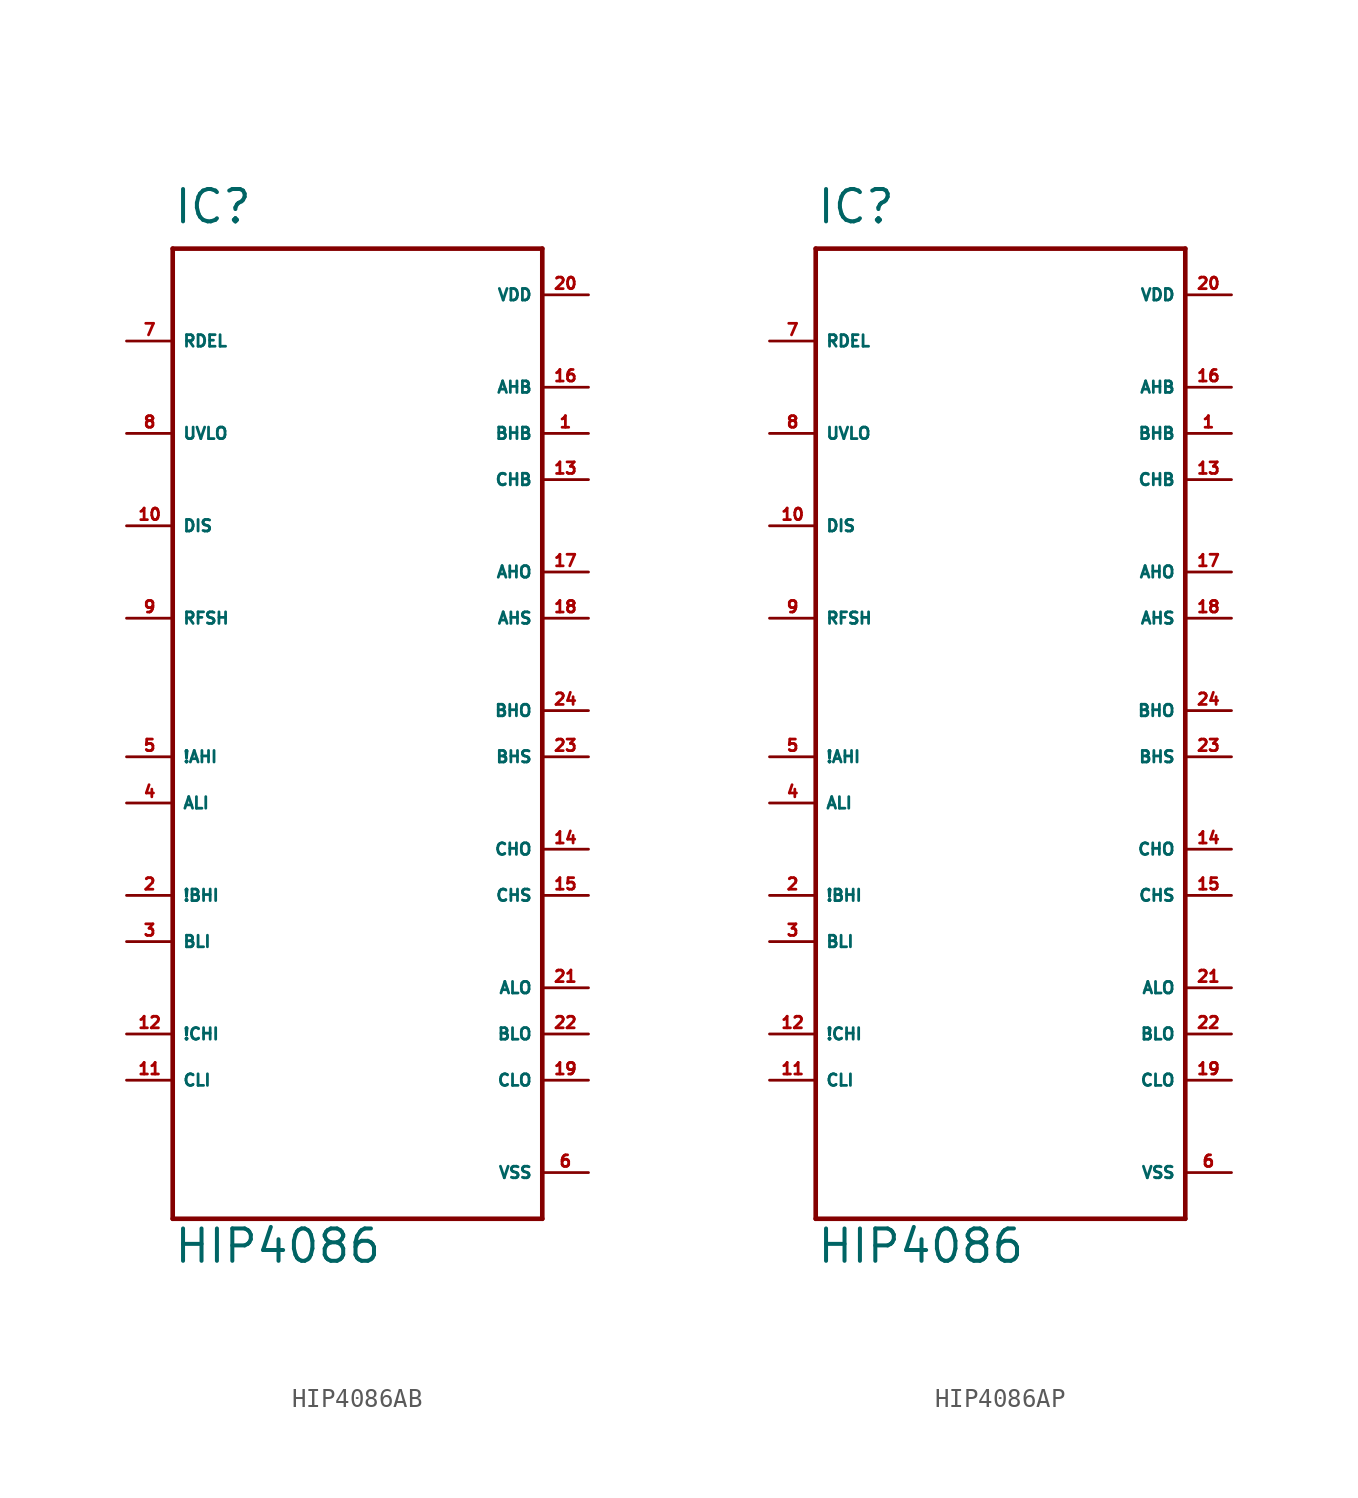
<source format=kicad_sym>
(kicad_symbol_lib
  (version 20220914)
  (generator Eagle2Kicad)
  (symbol "HIP4086AB"
    (property "Reference" "IC"
      (at -10.16 26.67 0)
      (effects (font (size 1.778 1.778) (thickness 0.22)) (justify left bottom)))
    (property "Value" "HIP4086"
      (at -10.16 -30.48 0)
      (effects (font (size 1.778 1.778) (thickness 0.22)) (justify left bottom)))
    (polyline
      (pts (xy -10.16 25.4) (xy 10.16 25.4))
      (stroke (width 0.254) (type default))
      (fill (type none)))
    (polyline
      (pts (xy 10.16 25.4) (xy 10.16 -27.94))
      (stroke (width 0.254) (type default))
      (fill (type none)))
    (polyline
      (pts (xy 10.16 -27.94) (xy -10.16 -27.94))
      (stroke (width 0.254) (type default))
      (fill (type none)))
    (polyline
      (pts (xy -10.16 -27.94) (xy -10.16 25.4))
      (stroke (width 0.254) (type default))
      (fill (type none)))
    (pin input line
      (at -12.7 -2.54 0)
      (length 2.54)
      (name "!AHI" (effects (font (size 0.635 0.635) (thickness 0.08)) (justify left bottom)))
      (number "5" (effects (font (size 0.635 0.635) (thickness 0.08)) (justify left bottom))))
    (pin input line
      (at -12.7 10.16 0)
      (length 2.54)
      (name "DIS" (effects (font (size 0.635 0.635) (thickness 0.08)) (justify left bottom)))
      (number "10" (effects (font (size 0.635 0.635) (thickness 0.08)) (justify left bottom))))
    (pin unspecified line
      (at 12.7 22.86 180)
      (length 2.54)
      (name "VDD" (effects (font (size 0.635 0.635) (thickness 0.08)) (justify left bottom)))
      (number "20" (effects (font (size 0.635 0.635) (thickness 0.08)) (justify left bottom))))
    (pin input line
      (at -12.7 15.24 0)
      (length 2.54)
      (name "UVLO" (effects (font (size 0.635 0.635) (thickness 0.08)) (justify left bottom)))
      (number "8" (effects (font (size 0.635 0.635) (thickness 0.08)) (justify left bottom))))
    (pin input line
      (at -12.7 5.08 0)
      (length 2.54)
      (name "RFSH" (effects (font (size 0.635 0.635) (thickness 0.08)) (justify left bottom)))
      (number "9" (effects (font (size 0.635 0.635) (thickness 0.08)) (justify left bottom))))
    (pin input line
      (at -12.7 -5.08 0)
      (length 2.54)
      (name "ALI" (effects (font (size 0.635 0.635) (thickness 0.08)) (justify left bottom)))
      (number "4" (effects (font (size 0.635 0.635) (thickness 0.08)) (justify left bottom))))
    (pin input line
      (at -12.7 20.32 0)
      (length 2.54)
      (name "RDEL" (effects (font (size 0.635 0.635) (thickness 0.08)) (justify left bottom)))
      (number "7" (effects (font (size 0.635 0.635) (thickness 0.08)) (justify left bottom))))
    (pin unspecified line
      (at 12.7 -25.4 180)
      (length 2.54)
      (name "VSS" (effects (font (size 0.635 0.635) (thickness 0.08)) (justify left bottom)))
      (number "6" (effects (font (size 0.635 0.635) (thickness 0.08)) (justify left bottom))))
    (pin passive line
      (at 12.7 17.78 180)
      (length 2.54)
      (name "AHB" (effects (font (size 0.635 0.635) (thickness 0.08)) (justify left bottom)))
      (number "16" (effects (font (size 0.635 0.635) (thickness 0.08)) (justify left bottom))))
    (pin output line
      (at 12.7 7.62 180)
      (length 2.54)
      (name "AHO" (effects (font (size 0.635 0.635) (thickness 0.08)) (justify left bottom)))
      (number "17" (effects (font (size 0.635 0.635) (thickness 0.08)) (justify left bottom))))
    (pin input line
      (at 12.7 5.08 180)
      (length 2.54)
      (name "AHS" (effects (font (size 0.635 0.635) (thickness 0.08)) (justify left bottom)))
      (number "18" (effects (font (size 0.635 0.635) (thickness 0.08)) (justify left bottom))))
    (pin output line
      (at 12.7 -15.24 180)
      (length 2.54)
      (name "ALO" (effects (font (size 0.635 0.635) (thickness 0.08)) (justify left bottom)))
      (number "21" (effects (font (size 0.635 0.635) (thickness 0.08)) (justify left bottom))))
    (pin output line
      (at 12.7 -17.78 180)
      (length 2.54)
      (name "BLO" (effects (font (size 0.635 0.635) (thickness 0.08)) (justify left bottom)))
      (number "22" (effects (font (size 0.635 0.635) (thickness 0.08)) (justify left bottom))))
    (pin output line
      (at 12.7 -20.32 180)
      (length 2.54)
      (name "CLO" (effects (font (size 0.635 0.635) (thickness 0.08)) (justify left bottom)))
      (number "19" (effects (font (size 0.635 0.635) (thickness 0.08)) (justify left bottom))))
    (pin output line
      (at 12.7 0 180)
      (length 2.54)
      (name "BHO" (effects (font (size 0.635 0.635) (thickness 0.08)) (justify left bottom)))
      (number "24" (effects (font (size 0.635 0.635) (thickness 0.08)) (justify left bottom))))
    (pin output line
      (at 12.7 -7.62 180)
      (length 2.54)
      (name "CHO" (effects (font (size 0.635 0.635) (thickness 0.08)) (justify left bottom)))
      (number "14" (effects (font (size 0.635 0.635) (thickness 0.08)) (justify left bottom))))
    (pin input line
      (at -12.7 -10.16 0)
      (length 2.54)
      (name "!BHI" (effects (font (size 0.635 0.635) (thickness 0.08)) (justify left bottom)))
      (number "2" (effects (font (size 0.635 0.635) (thickness 0.08)) (justify left bottom))))
    (pin input line
      (at -12.7 -12.7 0)
      (length 2.54)
      (name "BLI" (effects (font (size 0.635 0.635) (thickness 0.08)) (justify left bottom)))
      (number "3" (effects (font (size 0.635 0.635) (thickness 0.08)) (justify left bottom))))
    (pin input line
      (at -12.7 -17.78 0)
      (length 2.54)
      (name "!CHI" (effects (font (size 0.635 0.635) (thickness 0.08)) (justify left bottom)))
      (number "12" (effects (font (size 0.635 0.635) (thickness 0.08)) (justify left bottom))))
    (pin input line
      (at -12.7 -20.32 0)
      (length 2.54)
      (name "CLI" (effects (font (size 0.635 0.635) (thickness 0.08)) (justify left bottom)))
      (number "11" (effects (font (size 0.635 0.635) (thickness 0.08)) (justify left bottom))))
    (pin passive line
      (at 12.7 15.24 180)
      (length 2.54)
      (name "BHB" (effects (font (size 0.635 0.635) (thickness 0.08)) (justify left bottom)))
      (number "1" (effects (font (size 0.635 0.635) (thickness 0.08)) (justify left bottom))))
    (pin passive line
      (at 12.7 12.7 180)
      (length 2.54)
      (name "CHB" (effects (font (size 0.635 0.635) (thickness 0.08)) (justify left bottom)))
      (number "13" (effects (font (size 0.635 0.635) (thickness 0.08)) (justify left bottom))))
    (pin input line
      (at 12.7 -2.54 180)
      (length 2.54)
      (name "BHS" (effects (font (size 0.635 0.635) (thickness 0.08)) (justify left bottom)))
      (number "23" (effects (font (size 0.635 0.635) (thickness 0.08)) (justify left bottom))))
    (pin input line
      (at 12.7 -10.16 180)
      (length 2.54)
      (name "CHS" (effects (font (size 0.635 0.635) (thickness 0.08)) (justify left bottom)))
      (number "15" (effects (font (size 0.635 0.635) (thickness 0.08)) (justify left bottom)))))
  (symbol "HIP4086AP"
    (property "Reference" "IC"
      (at -10.16 26.67 0)
      (effects (font (size 1.778 1.778) (thickness 0.22)) (justify left bottom)))
    (property "Value" "HIP4086"
      (at -10.16 -30.48 0)
      (effects (font (size 1.778 1.778) (thickness 0.22)) (justify left bottom)))
    (polyline
      (pts (xy -10.16 25.4) (xy 10.16 25.4))
      (stroke (width 0.254) (type default))
      (fill (type none)))
    (polyline
      (pts (xy 10.16 25.4) (xy 10.16 -27.94))
      (stroke (width 0.254) (type default))
      (fill (type none)))
    (polyline
      (pts (xy 10.16 -27.94) (xy -10.16 -27.94))
      (stroke (width 0.254) (type default))
      (fill (type none)))
    (polyline
      (pts (xy -10.16 -27.94) (xy -10.16 25.4))
      (stroke (width 0.254) (type default))
      (fill (type none)))
    (pin input line
      (at -12.7 -2.54 0)
      (length 2.54)
      (name "!AHI" (effects (font (size 0.635 0.635) (thickness 0.08)) (justify left bottom)))
      (number "5" (effects (font (size 0.635 0.635) (thickness 0.08)) (justify left bottom))))
    (pin input line
      (at -12.7 10.16 0)
      (length 2.54)
      (name "DIS" (effects (font (size 0.635 0.635) (thickness 0.08)) (justify left bottom)))
      (number "10" (effects (font (size 0.635 0.635) (thickness 0.08)) (justify left bottom))))
    (pin unspecified line
      (at 12.7 22.86 180)
      (length 2.54)
      (name "VDD" (effects (font (size 0.635 0.635) (thickness 0.08)) (justify left bottom)))
      (number "20" (effects (font (size 0.635 0.635) (thickness 0.08)) (justify left bottom))))
    (pin input line
      (at -12.7 15.24 0)
      (length 2.54)
      (name "UVLO" (effects (font (size 0.635 0.635) (thickness 0.08)) (justify left bottom)))
      (number "8" (effects (font (size 0.635 0.635) (thickness 0.08)) (justify left bottom))))
    (pin input line
      (at -12.7 5.08 0)
      (length 2.54)
      (name "RFSH" (effects (font (size 0.635 0.635) (thickness 0.08)) (justify left bottom)))
      (number "9" (effects (font (size 0.635 0.635) (thickness 0.08)) (justify left bottom))))
    (pin input line
      (at -12.7 -5.08 0)
      (length 2.54)
      (name "ALI" (effects (font (size 0.635 0.635) (thickness 0.08)) (justify left bottom)))
      (number "4" (effects (font (size 0.635 0.635) (thickness 0.08)) (justify left bottom))))
    (pin input line
      (at -12.7 20.32 0)
      (length 2.54)
      (name "RDEL" (effects (font (size 0.635 0.635) (thickness 0.08)) (justify left bottom)))
      (number "7" (effects (font (size 0.635 0.635) (thickness 0.08)) (justify left bottom))))
    (pin unspecified line
      (at 12.7 -25.4 180)
      (length 2.54)
      (name "VSS" (effects (font (size 0.635 0.635) (thickness 0.08)) (justify left bottom)))
      (number "6" (effects (font (size 0.635 0.635) (thickness 0.08)) (justify left bottom))))
    (pin passive line
      (at 12.7 17.78 180)
      (length 2.54)
      (name "AHB" (effects (font (size 0.635 0.635) (thickness 0.08)) (justify left bottom)))
      (number "16" (effects (font (size 0.635 0.635) (thickness 0.08)) (justify left bottom))))
    (pin output line
      (at 12.7 7.62 180)
      (length 2.54)
      (name "AHO" (effects (font (size 0.635 0.635) (thickness 0.08)) (justify left bottom)))
      (number "17" (effects (font (size 0.635 0.635) (thickness 0.08)) (justify left bottom))))
    (pin input line
      (at 12.7 5.08 180)
      (length 2.54)
      (name "AHS" (effects (font (size 0.635 0.635) (thickness 0.08)) (justify left bottom)))
      (number "18" (effects (font (size 0.635 0.635) (thickness 0.08)) (justify left bottom))))
    (pin output line
      (at 12.7 -15.24 180)
      (length 2.54)
      (name "ALO" (effects (font (size 0.635 0.635) (thickness 0.08)) (justify left bottom)))
      (number "21" (effects (font (size 0.635 0.635) (thickness 0.08)) (justify left bottom))))
    (pin output line
      (at 12.7 -17.78 180)
      (length 2.54)
      (name "BLO" (effects (font (size 0.635 0.635) (thickness 0.08)) (justify left bottom)))
      (number "22" (effects (font (size 0.635 0.635) (thickness 0.08)) (justify left bottom))))
    (pin output line
      (at 12.7 -20.32 180)
      (length 2.54)
      (name "CLO" (effects (font (size 0.635 0.635) (thickness 0.08)) (justify left bottom)))
      (number "19" (effects (font (size 0.635 0.635) (thickness 0.08)) (justify left bottom))))
    (pin output line
      (at 12.7 0 180)
      (length 2.54)
      (name "BHO" (effects (font (size 0.635 0.635) (thickness 0.08)) (justify left bottom)))
      (number "24" (effects (font (size 0.635 0.635) (thickness 0.08)) (justify left bottom))))
    (pin output line
      (at 12.7 -7.62 180)
      (length 2.54)
      (name "CHO" (effects (font (size 0.635 0.635) (thickness 0.08)) (justify left bottom)))
      (number "14" (effects (font (size 0.635 0.635) (thickness 0.08)) (justify left bottom))))
    (pin input line
      (at -12.7 -10.16 0)
      (length 2.54)
      (name "!BHI" (effects (font (size 0.635 0.635) (thickness 0.08)) (justify left bottom)))
      (number "2" (effects (font (size 0.635 0.635) (thickness 0.08)) (justify left bottom))))
    (pin input line
      (at -12.7 -12.7 0)
      (length 2.54)
      (name "BLI" (effects (font (size 0.635 0.635) (thickness 0.08)) (justify left bottom)))
      (number "3" (effects (font (size 0.635 0.635) (thickness 0.08)) (justify left bottom))))
    (pin input line
      (at -12.7 -17.78 0)
      (length 2.54)
      (name "!CHI" (effects (font (size 0.635 0.635) (thickness 0.08)) (justify left bottom)))
      (number "12" (effects (font (size 0.635 0.635) (thickness 0.08)) (justify left bottom))))
    (pin input line
      (at -12.7 -20.32 0)
      (length 2.54)
      (name "CLI" (effects (font (size 0.635 0.635) (thickness 0.08)) (justify left bottom)))
      (number "11" (effects (font (size 0.635 0.635) (thickness 0.08)) (justify left bottom))))
    (pin passive line
      (at 12.7 15.24 180)
      (length 2.54)
      (name "BHB" (effects (font (size 0.635 0.635) (thickness 0.08)) (justify left bottom)))
      (number "1" (effects (font (size 0.635 0.635) (thickness 0.08)) (justify left bottom))))
    (pin passive line
      (at 12.7 12.7 180)
      (length 2.54)
      (name "CHB" (effects (font (size 0.635 0.635) (thickness 0.08)) (justify left bottom)))
      (number "13" (effects (font (size 0.635 0.635) (thickness 0.08)) (justify left bottom))))
    (pin input line
      (at 12.7 -2.54 180)
      (length 2.54)
      (name "BHS" (effects (font (size 0.635 0.635) (thickness 0.08)) (justify left bottom)))
      (number "23" (effects (font (size 0.635 0.635) (thickness 0.08)) (justify left bottom))))
    (pin input line
      (at 12.7 -10.16 180)
      (length 2.54)
      (name "CHS" (effects (font (size 0.635 0.635) (thickness 0.08)) (justify left bottom)))
      (number "15" (effects (font (size 0.635 0.635) (thickness 0.08)) (justify left bottom))))))
</source>
